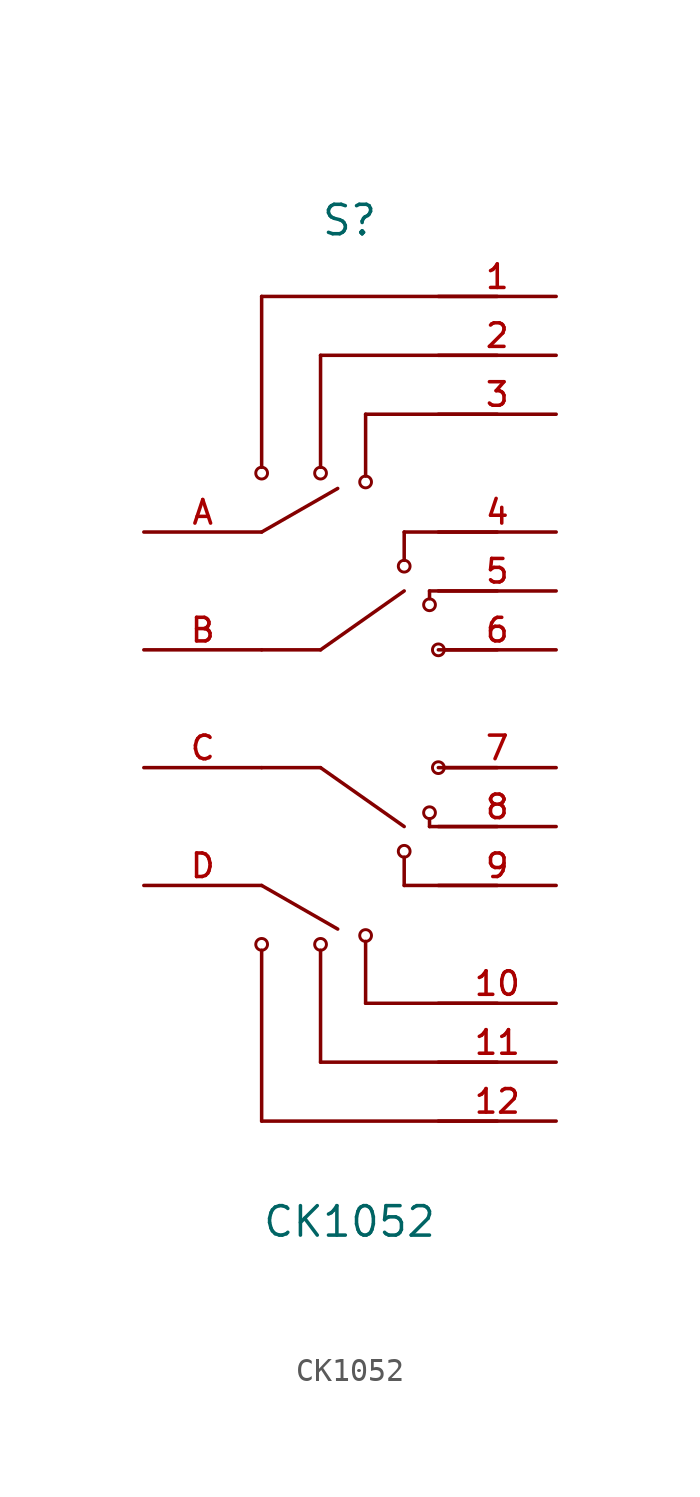
<source format=kicad_sym>
(kicad_symbol_lib
  (version 20211014)
  (generator kicad_symbol_editor)
  (symbol "CK1052"
    (pin_names
      (offset 1.016))
    (property "Reference" "S"
      (at -2.54 20.32 0)
      (effects (font (size 1.27 1.27)) (justify bottom left)))
    (property "Value" "CK1052"
      (at -5.08 -22.86 0)
      (effects (font (size 1.27 1.27)) (justify bottom left)))
    (symbol "CK1052_0_0"
      (circle (center -2.54 10.16) (radius 0.254) (stroke (width 0.127)) (fill (type none)))
      (circle (center 2.159 4.483) (radius 0.254) (stroke (width 0.127)) (fill (type none)))
      (circle (center 1.067 6.147) (radius 0.254) (stroke (width 0.127)) (fill (type none)))
      (circle (center 2.54 2.54) (radius 0.254) (stroke (width 0.127)) (fill (type none)))
      (circle (center 2.159 -4.483) (radius 0.254) (stroke (width 0.127)) (fill (type none)))
      (circle (center -0.597 -9.779) (radius 0.254) (stroke (width 0.127)) (fill (type none)))
      (circle (center -2.54 -10.16) (radius 0.254) (stroke (width 0.127)) (fill (type none)))
      (polyline (pts (xy -2.54 2.54) (xy 1.067 5.08)) (stroke (width 0.152)))
      (circle (center -0.597 9.779) (radius 0.254) (stroke (width 0.127)) (fill (type none)))
      (circle (center 1.067 -6.147) (radius 0.254) (stroke (width 0.127)) (fill (type none)))
      (polyline (pts (xy 5.08 15.24) (xy -2.54 15.24)) (stroke (width 0.152)))
      (polyline (pts (xy -2.54 15.24) (xy -2.54 10.414)) (stroke (width 0.152)))
      (polyline (pts (xy 5.08 12.7) (xy -0.597 12.7)) (stroke (width 0.152)))
      (polyline (pts (xy -0.597 12.7) (xy -0.597 10.033)) (stroke (width 0.152)))
      (polyline (pts (xy 5.08 7.62) (xy 1.067 7.62)) (stroke (width 0.152)))
      (polyline (pts (xy 1.067 7.62) (xy 1.067 6.401)) (stroke (width 0.152)))
      (polyline (pts (xy 5.08 5.08) (xy 2.159 5.08)) (stroke (width 0.152)))
      (polyline (pts (xy 2.159 5.08) (xy 2.159 4.75)) (stroke (width 0.152)))
      (polyline (pts (xy 5.08 2.54) (xy 2.794 2.54)) (stroke (width 0.152)))
      (polyline (pts (xy 5.08 -5.08) (xy 2.159 -5.08)) (stroke (width 0.152)))
      (polyline (pts (xy 2.159 -5.08) (xy 2.159 -4.75)) (stroke (width 0.152)))
      (polyline (pts (xy 5.08 -7.62) (xy 1.067 -7.62)) (stroke (width 0.152)))
      (polyline (pts (xy 1.067 -7.62) (xy 1.067 -6.401)) (stroke (width 0.152)))
      (polyline (pts (xy 5.08 -12.7) (xy -0.597 -12.7)) (stroke (width 0.152)))
      (polyline (pts (xy -0.597 -12.7) (xy -0.597 -10.033)) (stroke (width 0.152)))
      (polyline (pts (xy 5.08 -15.24) (xy -2.54 -15.24)) (stroke (width 0.152)))
      (polyline (pts (xy -2.54 -15.24) (xy -2.54 -10.414)) (stroke (width 0.152)))
      (circle (center 2.54 -2.54) (radius 0.254) (stroke (width 0.127)) (fill (type none)))
      (polyline (pts (xy 5.08 -2.54) (xy 2.794 -2.54)) (stroke (width 0.152)))
      (circle (center -5.08 10.16) (radius 0.254) (stroke (width 0.127)) (fill (type none)))
      (polyline (pts (xy -5.08 17.78) (xy -5.08 10.414)) (stroke (width 0.152)))
      (polyline (pts (xy 5.08 17.78) (xy -5.08 17.78)) (stroke (width 0.152)))
      (circle (center -5.08 -10.16) (radius 0.254) (stroke (width 0.127)) (fill (type none)))
      (polyline (pts (xy -5.08 -17.78) (xy -5.08 -10.414)) (stroke (width 0.152)))
      (polyline (pts (xy 5.08 -17.78) (xy -5.08 -17.78)) (stroke (width 0.152)))
      (polyline (pts (xy -2.54 -2.54) (xy 1.067 -5.08)) (stroke (width 0.152)))
      (polyline (pts (xy -5.08 -2.54) (xy -2.54 -2.54)) (stroke (width 0.152)))
      (polyline (pts (xy -5.08 2.54) (xy -2.54 2.54)) (stroke (width 0.152)))
      (polyline (pts (xy -5.08 7.62) (xy -1.8 9.5)) (stroke (width 0.152)))
      (polyline (pts (xy -5.08 -7.62) (xy -1.8 -9.5)) (stroke (width 0.152)))
      (pin passive line (at 7.62 17.78 180.0) (length 5.08) (name "~" (effects (font (size 1.016 1.016)))) (number "1" (effects (font (size 1.016 1.016)))))
      (pin passive line (at 7.62 15.24 180.0) (length 5.08) (name "~" (effects (font (size 1.016 1.016)))) (number "2" (effects (font (size 1.016 1.016)))))
      (pin passive line (at 7.62 12.7 180.0) (length 5.08) (name "~" (effects (font (size 1.016 1.016)))) (number "3" (effects (font (size 1.016 1.016)))))
      (pin passive line (at 7.62 7.62 180.0) (length 5.08) (name "~" (effects (font (size 1.016 1.016)))) (number "4" (effects (font (size 1.016 1.016)))))
      (pin passive line (at 7.62 5.08 180.0) (length 5.08) (name "~" (effects (font (size 1.016 1.016)))) (number "5" (effects (font (size 1.016 1.016)))))
      (pin passive line (at 7.62 2.54 180.0) (length 5.08) (name "~" (effects (font (size 1.016 1.016)))) (number "6" (effects (font (size 1.016 1.016)))))
      (pin passive line (at 7.62 -2.54 180.0) (length 5.08) (name "~" (effects (font (size 1.016 1.016)))) (number "7" (effects (font (size 1.016 1.016)))))
      (pin passive line (at -10.16 -7.62 0) (length 5.08) (name "~" (effects (font (size 1.016 1.016)))) (number "D" (effects (font (size 1.016 1.016)))))
      (pin passive line (at 7.62 -5.08 180.0) (length 5.08) (name "~" (effects (font (size 1.016 1.016)))) (number "8" (effects (font (size 1.016 1.016)))))
      (pin passive line (at 7.62 -7.62 180.0) (length 5.08) (name "~" (effects (font (size 1.016 1.016)))) (number "9" (effects (font (size 1.016 1.016)))))
      (pin passive line (at 7.62 -12.7 180.0) (length 5.08) (name "~" (effects (font (size 1.016 1.016)))) (number "10" (effects (font (size 1.016 1.016)))))
      (pin passive line (at 7.62 -15.24 180.0) (length 5.08) (name "~" (effects (font (size 1.016 1.016)))) (number "11" (effects (font (size 1.016 1.016)))))
      (pin passive line (at 7.62 -17.78 180.0) (length 5.08) (name "~" (effects (font (size 1.016 1.016)))) (number "12" (effects (font (size 1.016 1.016)))))
      (pin passive line (at -10.16 -2.54 0) (length 5.08) (name "~" (effects (font (size 1.016 1.016)))) (number "C" (effects (font (size 1.016 1.016)))))
      (pin passive line (at -10.16 2.54 0) (length 5.08) (name "~" (effects (font (size 1.016 1.016)))) (number "B" (effects (font (size 1.016 1.016)))))
      (pin passive line (at -10.16 7.62 0) (length 5.08) (name "~" (effects (font (size 1.016 1.016)))) (number "A" (effects (font (size 1.016 1.016))))))))
</source>
